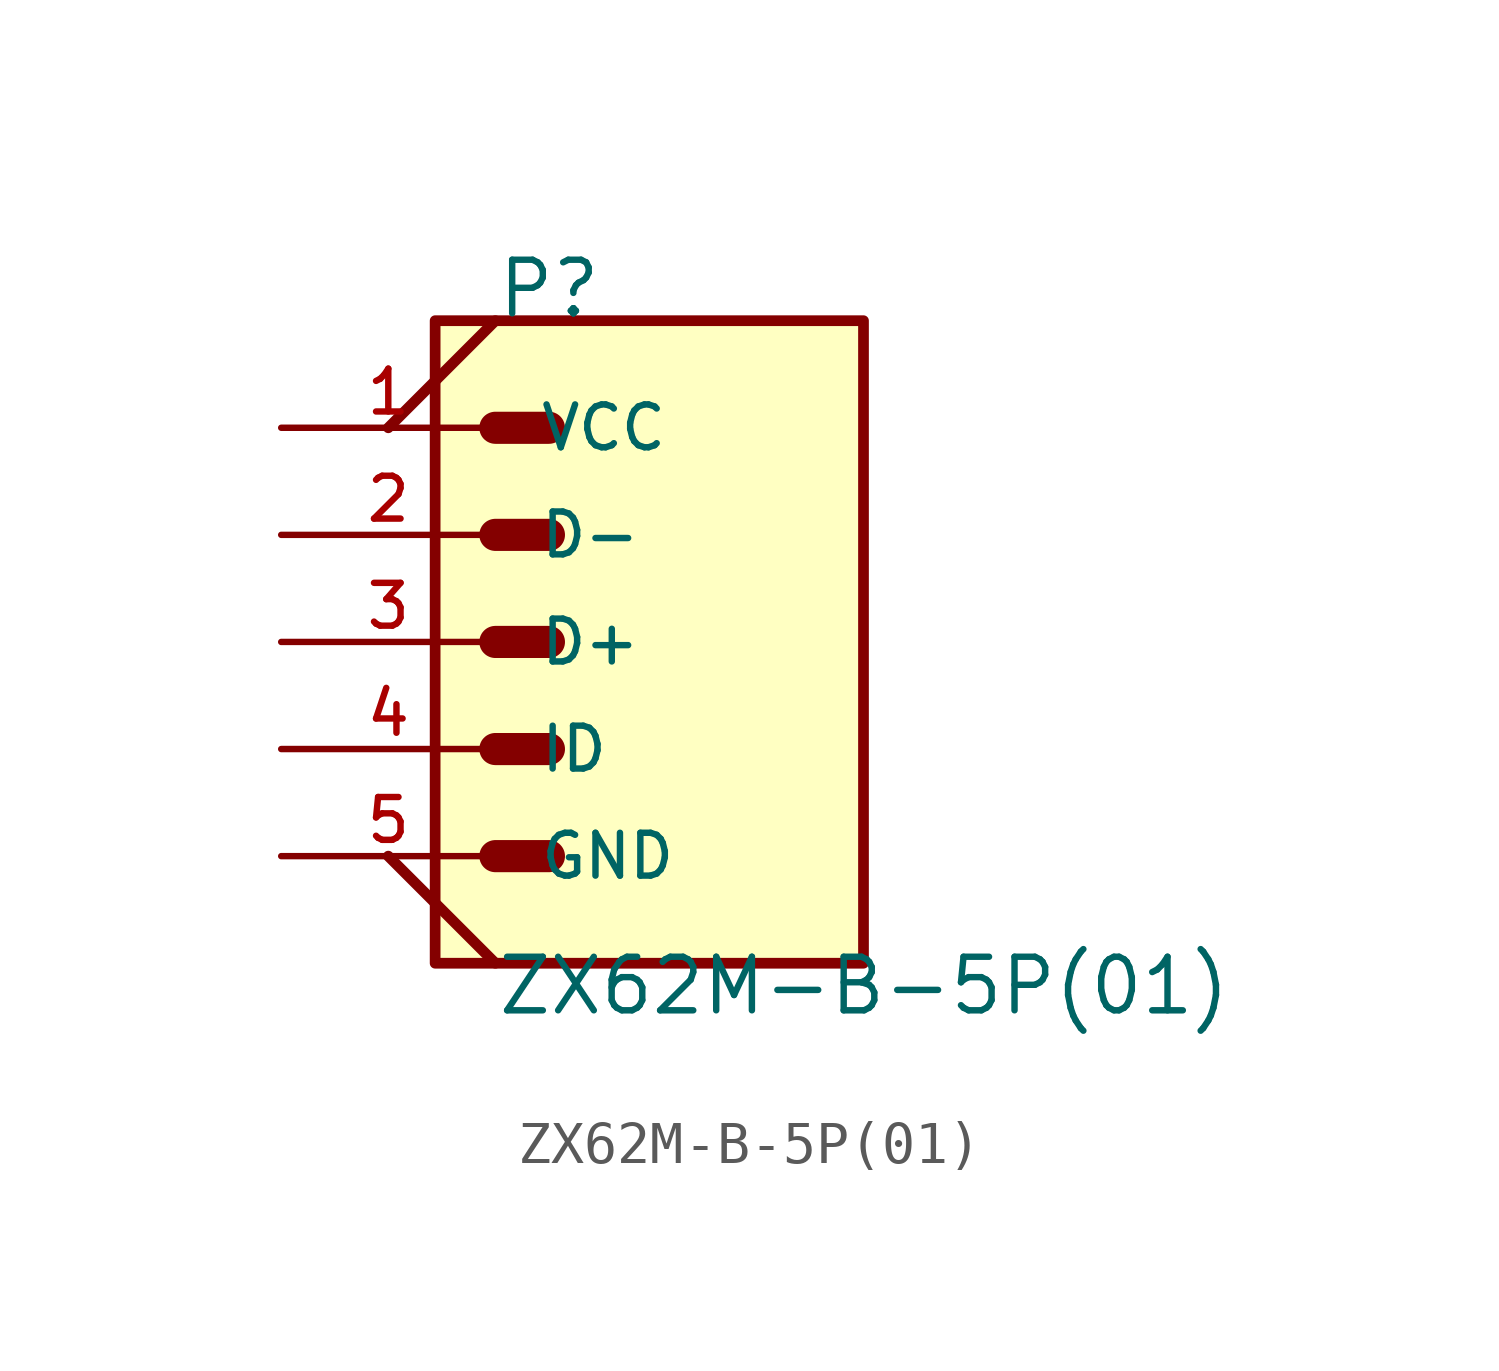
<source format=kicad_sym>
(kicad_symbol_lib
  (version 20220914)
  (generator kicad_symbol_editor)
  (symbol "ZX62M-B-5P(01)"
    (pin_names
      (offset 1.016))
    (property "Reference" "P"
      (at -2.544 7.632 0)
      (effects (font (size 1.27 1.27)) (justify left bottom)))
    (property "Value" "ZX62M-B-5P(01)"
      (at -2.543 -8.9 0)
      (effects (font (size 1.27 1.27)) (justify left bottom)))
    (symbol "ZX62M-B-5P(01)_0_0"
      (polyline (pts (xy -5.08 -5.08) (xy -2.54 -7.62)) (stroke (width 0.254) (type default)) (fill (type none)))
      (polyline (pts (xy -2.54 -5.08) (xy -1.27 -5.08)) (stroke (width 0.762) (type default)) (fill (type none)))
      (polyline (pts (xy -2.54 -2.54) (xy -1.27 -2.54)) (stroke (width 0.762) (type default)) (fill (type none)))
      (polyline (pts (xy -2.54 2.54) (xy -1.27 2.54)) (stroke (width 0.762) (type default)) (fill (type none)))
      (polyline (pts (xy -2.54 5.08) (xy -1.27 5.08)) (stroke (width 0.762) (type default)) (fill (type none)))
      (polyline (pts (xy -2.54 7.62) (xy -5.08 5.08)) (stroke (width 0.254) (type default)) (fill (type none)))
      (pin power_in line (at -7.62 5.08 0) (length 5.08) (name "VCC" (effects (font (size 1.016 1.016)))) (number "1" (effects (font (size 1.016 1.016)))))
      (pin bidirectional line (at -7.62 2.54 0) (length 5.08) (name "D-" (effects (font (size 1.016 1.016)))) (number "2" (effects (font (size 1.016 1.016)))))
      (pin bidirectional line (at -7.62 0 0) (length 5.08) (name "D+" (effects (font (size 1.016 1.016)))) (number "3" (effects (font (size 1.016 1.016)))))
      (pin bidirectional line (at -7.62 -2.54 0) (length 5.08) (name "ID" (effects (font (size 1.016 1.016)))) (number "4" (effects (font (size 1.016 1.016)))))
      (pin passive line (at -7.62 -5.08 0) (length 5.08) (name "GND" (effects (font (size 1.016 1.016)))) (number "5" (effects (font (size 1.016 1.016))))))
    (symbol "ZX62M-B-5P(01)_1_0"
      (rectangle (start -3.969 7.62) (end 6.191 -7.62) (stroke (width 0.254) (type default)) (fill (type background)))
      (polyline (pts (xy -2.54 0) (xy -1.27 0)) (stroke (width 0.762) (type default)) (fill (type none))))))
</source>
